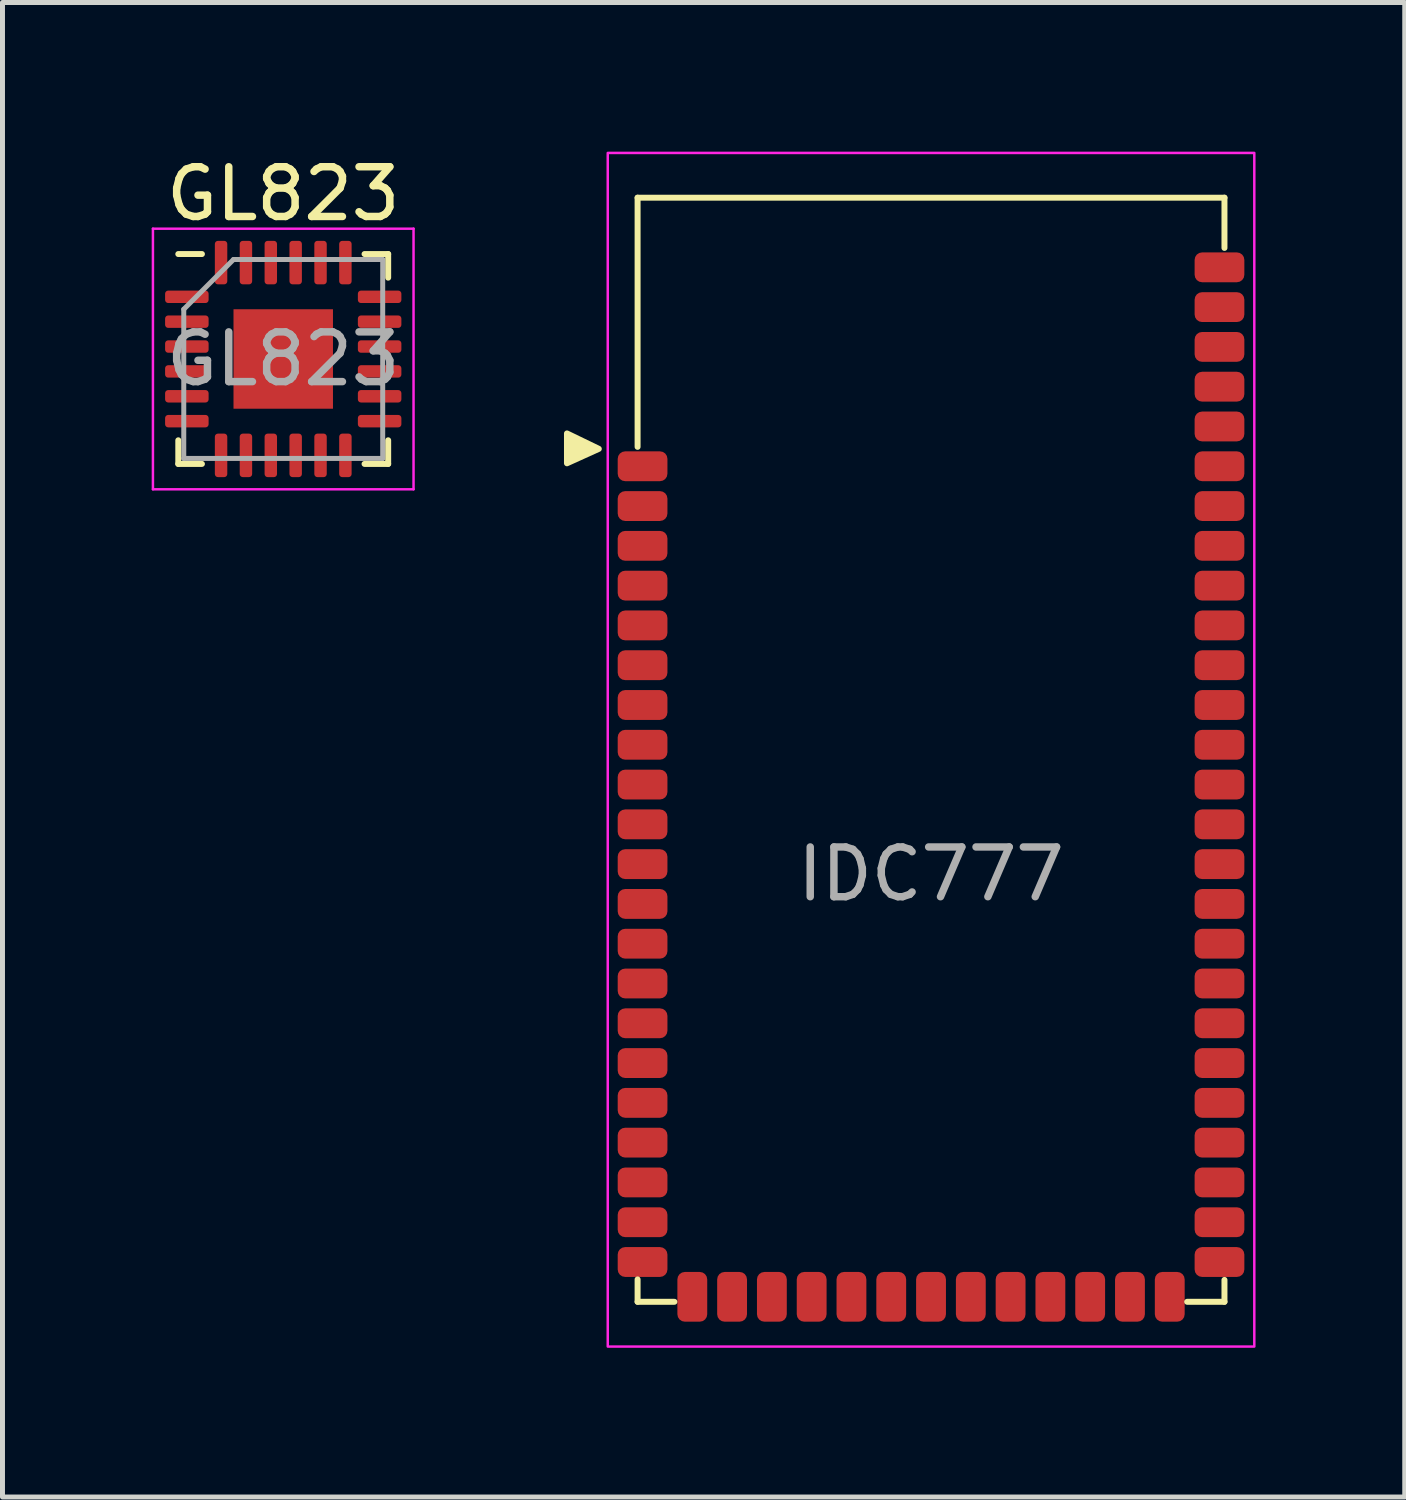
<source format=kicad_pcb>
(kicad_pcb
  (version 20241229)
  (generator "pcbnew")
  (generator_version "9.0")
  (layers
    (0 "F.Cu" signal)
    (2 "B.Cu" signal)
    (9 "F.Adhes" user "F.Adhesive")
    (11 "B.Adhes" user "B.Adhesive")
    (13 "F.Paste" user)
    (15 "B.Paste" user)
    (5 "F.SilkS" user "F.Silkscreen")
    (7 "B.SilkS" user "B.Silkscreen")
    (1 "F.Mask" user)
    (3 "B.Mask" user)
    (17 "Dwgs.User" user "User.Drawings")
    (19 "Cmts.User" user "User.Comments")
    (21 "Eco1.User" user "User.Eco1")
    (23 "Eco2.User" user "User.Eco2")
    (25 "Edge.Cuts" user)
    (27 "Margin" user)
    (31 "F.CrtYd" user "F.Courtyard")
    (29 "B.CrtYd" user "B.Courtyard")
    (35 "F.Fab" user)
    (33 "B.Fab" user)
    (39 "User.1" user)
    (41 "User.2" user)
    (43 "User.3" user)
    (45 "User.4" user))
  (footprint "GL823"
    (layer "F.Cu")
    (at 2.645 4.168)
    (property "Reference" "GL823" (at 0 -3.32 0) (layer "F.SilkS") (effects (font (size 1 1) (thickness 0.15))))
    (attr smd)
    (fp_line (start -2.11 2.11) (end -2.11 1.635) (stroke (width 0.12) (type solid)) (layer "F.SilkS"))
    (fp_line (start -1.635 -2.11) (end -2.11 -2.11) (stroke (width 0.12) (type solid)) (layer "F.SilkS"))
    (fp_line (start -1.635 2.11) (end -2.11 2.11) (stroke (width 0.12) (type solid)) (layer "F.SilkS"))
    (fp_line (start 1.635 -2.11) (end 2.11 -2.11) (stroke (width 0.12) (type solid)) (layer "F.SilkS"))
    (fp_line (start 1.635 2.11) (end 2.11 2.11) (stroke (width 0.12) (type solid)) (layer "F.SilkS"))
    (fp_line (start 2.11 -2.11) (end 2.11 -1.635) (stroke (width 0.12) (type solid)) (layer "F.SilkS"))
    (fp_line (start 2.11 2.11) (end 2.11 1.635) (stroke (width 0.12) (type solid)) (layer "F.SilkS"))
    (fp_line (start -2.62 -2.62) (end -2.62 2.62) (stroke (width 0.05) (type solid)) (layer "F.CrtYd"))
    (fp_line (start -2.62 2.62) (end 2.62 2.62) (stroke (width 0.05) (type solid)) (layer "F.CrtYd"))
    (fp_line (start 2.62 -2.62) (end -2.62 -2.62) (stroke (width 0.05) (type solid)) (layer "F.CrtYd"))
    (fp_line (start 2.62 2.62) (end 2.62 -2.62) (stroke (width 0.05) (type solid)) (layer "F.CrtYd"))
    (fp_line (start -2 -1) (end -1 -2) (stroke (width 0.1) (type solid)) (layer "F.Fab"))
    (fp_line (start -2 2) (end -2 -1) (stroke (width 0.1) (type solid)) (layer "F.Fab"))
    (fp_line (start -1 -2) (end 2 -2) (stroke (width 0.1) (type solid)) (layer "F.Fab"))
    (fp_line (start 2 -2) (end 2 2) (stroke (width 0.1) (type solid)) (layer "F.Fab"))
    (fp_line (start 2 2) (end -2 2) (stroke (width 0.1) (type solid)) (layer "F.Fab"))
    (fp_text user "${REFERENCE}" (at 0 0 0) (layer "F.Fab") (effects (font (size 1 1) (thickness 0.15))))
    (pad "" smd roundrect (at -0.54 -0.54) (size 0.87 0.87) (layers "F.Paste") (roundrect_rratio 0.25))
    (pad "" smd roundrect (at -0.54 0.54) (size 0.87 0.87) (layers "F.Paste") (roundrect_rratio 0.25))
    (pad "" smd roundrect (at 0.54 -0.54) (size 0.87 0.87) (layers "F.Paste") (roundrect_rratio 0.25))
    (pad "" smd roundrect (at 0.54 0.54) (size 0.87 0.87) (layers "F.Paste") (roundrect_rratio 0.25))
    (pad "1" smd roundrect (at -1.938 -1.25) (size 0.875 0.25) (layers "F.Cu" "F.Mask" "F.Paste") (roundrect_rratio 0.25))
    (pad "2" smd roundrect (at -1.938 -0.75) (size 0.875 0.25) (layers "F.Cu" "F.Mask" "F.Paste") (roundrect_rratio 0.25))
    (pad "3" smd roundrect (at -1.938 -0.25) (size 0.875 0.25) (layers "F.Cu" "F.Mask" "F.Paste") (roundrect_rratio 0.25))
    (pad "4" smd roundrect (at -1.938 0.25) (size 0.875 0.25) (layers "F.Cu" "F.Mask" "F.Paste") (roundrect_rratio 0.25))
    (pad "5" smd roundrect (at -1.938 0.75) (size 0.875 0.25) (layers "F.Cu" "F.Mask" "F.Paste") (roundrect_rratio 0.25))
    (pad "6" smd roundrect (at -1.938 1.25) (size 0.875 0.25) (layers "F.Cu" "F.Mask" "F.Paste") (roundrect_rratio 0.25))
    (pad "7" smd roundrect (at -1.25 1.938) (size 0.25 0.875) (layers "F.Cu" "F.Mask" "F.Paste") (roundrect_rratio 0.25))
    (pad "8" smd roundrect (at -0.75 1.938) (size 0.25 0.875) (layers "F.Cu" "F.Mask" "F.Paste") (roundrect_rratio 0.25))
    (pad "9" smd roundrect (at -0.25 1.938) (size 0.25 0.875) (layers "F.Cu" "F.Mask" "F.Paste") (roundrect_rratio 0.25))
    (pad "10" smd roundrect (at 0.25 1.938) (size 0.25 0.875) (layers "F.Cu" "F.Mask" "F.Paste") (roundrect_rratio 0.25))
    (pad "11" smd roundrect (at 0.75 1.938) (size 0.25 0.875) (layers "F.Cu" "F.Mask" "F.Paste") (roundrect_rratio 0.25))
    (pad "12" smd roundrect (at 1.25 1.938) (size 0.25 0.875) (layers "F.Cu" "F.Mask" "F.Paste") (roundrect_rratio 0.25))
    (pad "13" smd roundrect (at 1.938 1.25) (size 0.875 0.25) (layers "F.Cu" "F.Mask" "F.Paste") (roundrect_rratio 0.25))
    (pad "14" smd roundrect (at 1.938 0.75) (size 0.875 0.25) (layers "F.Cu" "F.Mask" "F.Paste") (roundrect_rratio 0.25))
    (pad "15" smd roundrect (at 1.938 0.25) (size 0.875 0.25) (layers "F.Cu" "F.Mask" "F.Paste") (roundrect_rratio 0.25))
    (pad "16" smd roundrect (at 1.938 -0.25) (size 0.875 0.25) (layers "F.Cu" "F.Mask" "F.Paste") (roundrect_rratio 0.25))
    (pad "17" smd roundrect (at 1.938 -0.75) (size 0.875 0.25) (layers "F.Cu" "F.Mask" "F.Paste") (roundrect_rratio 0.25))
    (pad "18" smd roundrect (at 1.938 -1.25) (size 0.875 0.25) (layers "F.Cu" "F.Mask" "F.Paste") (roundrect_rratio 0.25))
    (pad "19" smd roundrect (at 1.25 -1.938) (size 0.25 0.875) (layers "F.Cu" "F.Mask" "F.Paste") (roundrect_rratio 0.25))
    (pad "20" smd roundrect (at 0.75 -1.938) (size 0.25 0.875) (layers "F.Cu" "F.Mask" "F.Paste") (roundrect_rratio 0.25))
    (pad "21" smd roundrect (at 0.25 -1.938) (size 0.25 0.875) (layers "F.Cu" "F.Mask" "F.Paste") (roundrect_rratio 0.25))
    (pad "22" smd roundrect (at -0.25 -1.938) (size 0.25 0.875) (layers "F.Cu" "F.Mask" "F.Paste") (roundrect_rratio 0.25))
    (pad "23" smd roundrect (at -0.75 -1.938) (size 0.25 0.875) (layers "F.Cu" "F.Mask" "F.Paste") (roundrect_rratio 0.25))
    (pad "24" smd roundrect (at -1.25 -1.938) (size 0.25 0.875) (layers "F.Cu" "F.Mask" "F.Paste") (roundrect_rratio 0.25))
    (pad "25" smd rect (at 0 0) (size 2 2) (layers "F.Cu" "F.Mask")))
  (footprint "IDC777"
    (layer "F.Cu")
    (at 15.67 12.025)
    (property "Reference" "IDC777" (at 0 -0.5 0) (unlocked yes) (layer "User.2") (effects (font (size 1 1) (thickness 0.15))))
    (attr smd)
    (fp_line (start -5.9 -11.1) (end -5.9 -6.09) (stroke (width 0.12) (type default)) (layer "F.SilkS"))
    (fp_line (start -5.9 -11.1) (end 5.9 -11.1) (stroke (width 0.12) (type default)) (layer "F.SilkS"))
    (fp_line (start -5.9 11.1) (end -5.9 10.65) (stroke (width 0.12) (type default)) (layer "F.SilkS"))
    (fp_line (start -5.9 11.1) (end -5.16 11.1) (stroke (width 0.12) (type default)) (layer "F.SilkS"))
    (fp_line (start 5.9 -11.1) (end 5.9 -10.09) (stroke (width 0.12) (type default)) (layer "F.SilkS"))
    (fp_line (start 5.9 11.1) (end 5.15 11.1) (stroke (width 0.12) (type default)) (layer "F.SilkS"))
    (fp_line (start 5.9 11.1) (end 5.9 10.66) (stroke (width 0.12) (type default)) (layer "F.SilkS"))
    (fp_poly (pts (xy -6.68 -6.05) (xy -7.32 -6.36) (xy -7.32 -5.76)) (stroke (width 0.12) (type solid)) (fill yes) (layer "F.SilkS"))
    (fp_rect (start -6.5 -12) (end 6.5 12) (stroke (width 0.05) (type default)) (fill no) (layer "F.CrtYd"))
    (fp_text user "${REFERENCE}" (at 0 2.5 0) (unlocked yes) (layer "F.Fab") (effects (font (size 1 1) (thickness 0.15))))
    (pad "1" smd roundrect (at -5.8 -5.7) (size 1 0.6) (layers "F.Cu" "F.Mask" "F.Paste") (roundrect_rratio 0.25))
    (pad "2" smd roundrect (at -5.8 -4.9) (size 1 0.6) (layers "F.Cu" "F.Mask" "F.Paste") (roundrect_rratio 0.25))
    (pad "3" smd roundrect (at -5.8 -4.1) (size 1 0.6) (layers "F.Cu" "F.Mask" "F.Paste") (roundrect_rratio 0.25))
    (pad "4" smd roundrect (at -5.8 -3.3) (size 1 0.6) (layers "F.Cu" "F.Mask" "F.Paste") (roundrect_rratio 0.25))
    (pad "5" smd roundrect (at -5.8 -2.5) (size 1 0.6) (layers "F.Cu" "F.Mask" "F.Paste") (roundrect_rratio 0.25))
    (pad "6" smd roundrect (at -5.8 -1.7) (size 1 0.6) (layers "F.Cu" "F.Mask" "F.Paste") (roundrect_rratio 0.25))
    (pad "7" smd roundrect (at -5.8 -0.9) (size 1 0.6) (layers "F.Cu" "F.Mask" "F.Paste") (roundrect_rratio 0.25))
    (pad "8" smd roundrect (at -5.8 -0.1) (size 1 0.6) (layers "F.Cu" "F.Mask" "F.Paste") (roundrect_rratio 0.25))
    (pad "9" smd roundrect (at -5.8 0.7) (size 1 0.6) (layers "F.Cu" "F.Mask" "F.Paste") (roundrect_rratio 0.25))
    (pad "10" smd roundrect (at -5.8 1.5) (size 1 0.6) (layers "F.Cu" "F.Mask" "F.Paste") (roundrect_rratio 0.25))
    (pad "11" smd roundrect (at -5.8 2.3) (size 1 0.6) (layers "F.Cu" "F.Mask" "F.Paste") (roundrect_rratio 0.25))
    (pad "12" smd roundrect (at -5.8 3.1) (size 1 0.6) (layers "F.Cu" "F.Mask" "F.Paste") (roundrect_rratio 0.25))
    (pad "13" smd roundrect (at -5.8 3.9) (size 1 0.6) (layers "F.Cu" "F.Mask" "F.Paste") (roundrect_rratio 0.25))
    (pad "14" smd roundrect (at -5.8 4.7) (size 1 0.6) (layers "F.Cu" "F.Mask" "F.Paste") (roundrect_rratio 0.25))
    (pad "15" smd roundrect (at -5.8 5.5) (size 1 0.6) (layers "F.Cu" "F.Mask" "F.Paste") (roundrect_rratio 0.25))
    (pad "16" smd roundrect (at -5.8 6.3) (size 1 0.6) (layers "F.Cu" "F.Mask" "F.Paste") (roundrect_rratio 0.25))
    (pad "17" smd roundrect (at -5.8 7.1) (size 1 0.6) (layers "F.Cu" "F.Mask" "F.Paste") (roundrect_rratio 0.25))
    (pad "18" smd roundrect (at -5.8 7.9) (size 1 0.6) (layers "F.Cu" "F.Mask" "F.Paste") (roundrect_rratio 0.25))
    (pad "19" smd roundrect (at -5.8 8.7) (size 1 0.6) (layers "F.Cu" "F.Mask" "F.Paste") (roundrect_rratio 0.25))
    (pad "20" smd roundrect (at -5.8 9.5) (size 1 0.6) (layers "F.Cu" "F.Mask" "F.Paste") (roundrect_rratio 0.25))
    (pad "21" smd roundrect (at -5.8 10.3) (size 1 0.6) (layers "F.Cu" "F.Mask" "F.Paste") (roundrect_rratio 0.25))
    (pad "22" smd roundrect (at -4.8 11 270) (size 1 0.6) (layers "F.Cu" "F.Mask" "F.Paste") (roundrect_rratio 0.25))
    (pad "23" smd roundrect (at -4 11 270) (size 1 0.6) (layers "F.Cu" "F.Mask" "F.Paste") (roundrect_rratio 0.25))
    (pad "24" smd roundrect (at -3.2 11 270) (size 1 0.6) (layers "F.Cu" "F.Mask" "F.Paste") (roundrect_rratio 0.25))
    (pad "25" smd roundrect (at -2.4 11 270) (size 1 0.6) (layers "F.Cu" "F.Mask" "F.Paste") (roundrect_rratio 0.25))
    (pad "26" smd roundrect (at -1.6 11 270) (size 1 0.6) (layers "F.Cu" "F.Mask" "F.Paste") (roundrect_rratio 0.25))
    (pad "27" smd roundrect (at -0.8 11 270) (size 1 0.6) (layers "F.Cu" "F.Mask" "F.Paste") (roundrect_rratio 0.25))
    (pad "28" smd roundrect (at 0 11 270) (size 1 0.6) (layers "F.Cu" "F.Mask" "F.Paste") (roundrect_rratio 0.25))
    (pad "29" smd roundrect (at 0.8 11 270) (size 1 0.6) (layers "F.Cu" "F.Mask" "F.Paste") (roundrect_rratio 0.25))
    (pad "30" smd roundrect (at 1.6 11 270) (size 1 0.6) (layers "F.Cu" "F.Mask" "F.Paste") (roundrect_rratio 0.25))
    (pad "31" smd roundrect (at 2.4 11 270) (size 1 0.6) (layers "F.Cu" "F.Mask" "F.Paste") (roundrect_rratio 0.25))
    (pad "32" smd roundrect (at 3.2 11 270) (size 1 0.6) (layers "F.Cu" "F.Mask" "F.Paste") (roundrect_rratio 0.25))
    (pad "33" smd roundrect (at 4 11 270) (size 1 0.6) (layers "F.Cu" "F.Mask" "F.Paste") (roundrect_rratio 0.25))
    (pad "34" smd roundrect (at 4.8 11 270) (size 1 0.6) (layers "F.Cu" "F.Mask" "F.Paste") (roundrect_rratio 0.25))
    (pad "35" smd roundrect (at 5.8 10.3) (size 1 0.6) (layers "F.Cu" "F.Mask" "F.Paste") (roundrect_rratio 0.25))
    (pad "36" smd roundrect (at 5.8 9.5) (size 1 0.6) (layers "F.Cu" "F.Mask" "F.Paste") (roundrect_rratio 0.25))
    (pad "37" smd roundrect (at 5.8 8.7) (size 1 0.6) (layers "F.Cu" "F.Mask" "F.Paste") (roundrect_rratio 0.25))
    (pad "38" smd roundrect (at 5.8 7.9) (size 1 0.6) (layers "F.Cu" "F.Mask" "F.Paste") (roundrect_rratio 0.25))
    (pad "39" smd roundrect (at 5.8 7.1) (size 1 0.6) (layers "F.Cu" "F.Mask" "F.Paste") (roundrect_rratio 0.25))
    (pad "40" smd roundrect (at 5.8 6.3) (size 1 0.6) (layers "F.Cu" "F.Mask" "F.Paste") (roundrect_rratio 0.25))
    (pad "41" smd roundrect (at 5.8 5.5) (size 1 0.6) (layers "F.Cu" "F.Mask" "F.Paste") (roundrect_rratio 0.25))
    (pad "42" smd roundrect (at 5.8 4.7) (size 1 0.6) (layers "F.Cu" "F.Mask" "F.Paste") (roundrect_rratio 0.25))
    (pad "43" smd roundrect (at 5.8 3.9) (size 1 0.6) (layers "F.Cu" "F.Mask" "F.Paste") (roundrect_rratio 0.25))
    (pad "44" smd roundrect (at 5.8 3.1) (size 1 0.6) (layers "F.Cu" "F.Mask" "F.Paste") (roundrect_rratio 0.25))
    (pad "45" smd roundrect (at 5.8 2.3) (size 1 0.6) (layers "F.Cu" "F.Mask" "F.Paste") (roundrect_rratio 0.25))
    (pad "46" smd roundrect (at 5.8 1.5) (size 1 0.6) (layers "F.Cu" "F.Mask" "F.Paste") (roundrect_rratio 0.25))
    (pad "47" smd roundrect (at 5.8 0.7) (size 1 0.6) (layers "F.Cu" "F.Mask" "F.Paste") (roundrect_rratio 0.25))
    (pad "48" smd roundrect (at 5.8 -0.1) (size 1 0.6) (layers "F.Cu" "F.Mask" "F.Paste") (roundrect_rratio 0.25))
    (pad "49" smd roundrect (at 5.8 -0.9) (size 1 0.6) (layers "F.Cu" "F.Mask" "F.Paste") (roundrect_rratio 0.25))
    (pad "50" smd roundrect (at 5.8 -1.7) (size 1 0.6) (layers "F.Cu" "F.Mask" "F.Paste") (roundrect_rratio 0.25))
    (pad "51" smd roundrect (at 5.8 -2.5) (size 1 0.6) (layers "F.Cu" "F.Mask" "F.Paste") (roundrect_rratio 0.25))
    (pad "52" smd roundrect (at 5.8 -3.3) (size 1 0.6) (layers "F.Cu" "F.Mask" "F.Paste") (roundrect_rratio 0.25))
    (pad "53" smd roundrect (at 5.8 -4.1) (size 1 0.6) (layers "F.Cu" "F.Mask" "F.Paste") (roundrect_rratio 0.25))
    (pad "54" smd roundrect (at 5.8 -4.9) (size 1 0.6) (layers "F.Cu" "F.Mask" "F.Paste") (roundrect_rratio 0.25))
    (pad "55" smd roundrect (at 5.8 -5.7) (size 1 0.6) (layers "F.Cu" "F.Mask" "F.Paste") (roundrect_rratio 0.25))
    (pad "56" smd roundrect (at 5.8 -6.5) (size 1 0.6) (layers "F.Cu" "F.Mask" "F.Paste") (roundrect_rratio 0.25))
    (pad "57" smd roundrect (at 5.8 -7.3) (size 1 0.6) (layers "F.Cu" "F.Mask" "F.Paste") (roundrect_rratio 0.25))
    (pad "58" smd roundrect (at 5.8 -8.1) (size 1 0.6) (layers "F.Cu" "F.Mask" "F.Paste") (roundrect_rratio 0.25))
    (pad "59" smd roundrect (at 5.8 -8.9) (size 1 0.6) (layers "F.Cu" "F.Mask" "F.Paste") (roundrect_rratio 0.25))
    (pad "60" smd roundrect (at 5.8 -9.7) (size 1 0.6) (layers "F.Cu" "F.Mask" "F.Paste") (roundrect_rratio 0.25))
    (zone (net_name "") (layers "F.Cu" "B.Cu") (hatch edge 0.5) (connect_pads) (min_thickness 0.25) (filled_areas_thickness no) (keepout (tracks not_allowed) (vias not_allowed) (pads not_allowed) (copperpour not_allowed) (footprints allowed)) (placement (enabled no)) (fill) (polygon (pts (xy 9.77 0.925) (xy 17.78 0.925) (xy 17.78 5.305) (xy 9.77 5.305)))))
  (gr_rect
    (start -3 -3)
    (end 25.195 27.05)
    (stroke (width 0.1) (type default))
    (fill no)
    (layer "Edge.Cuts")))
</source>
